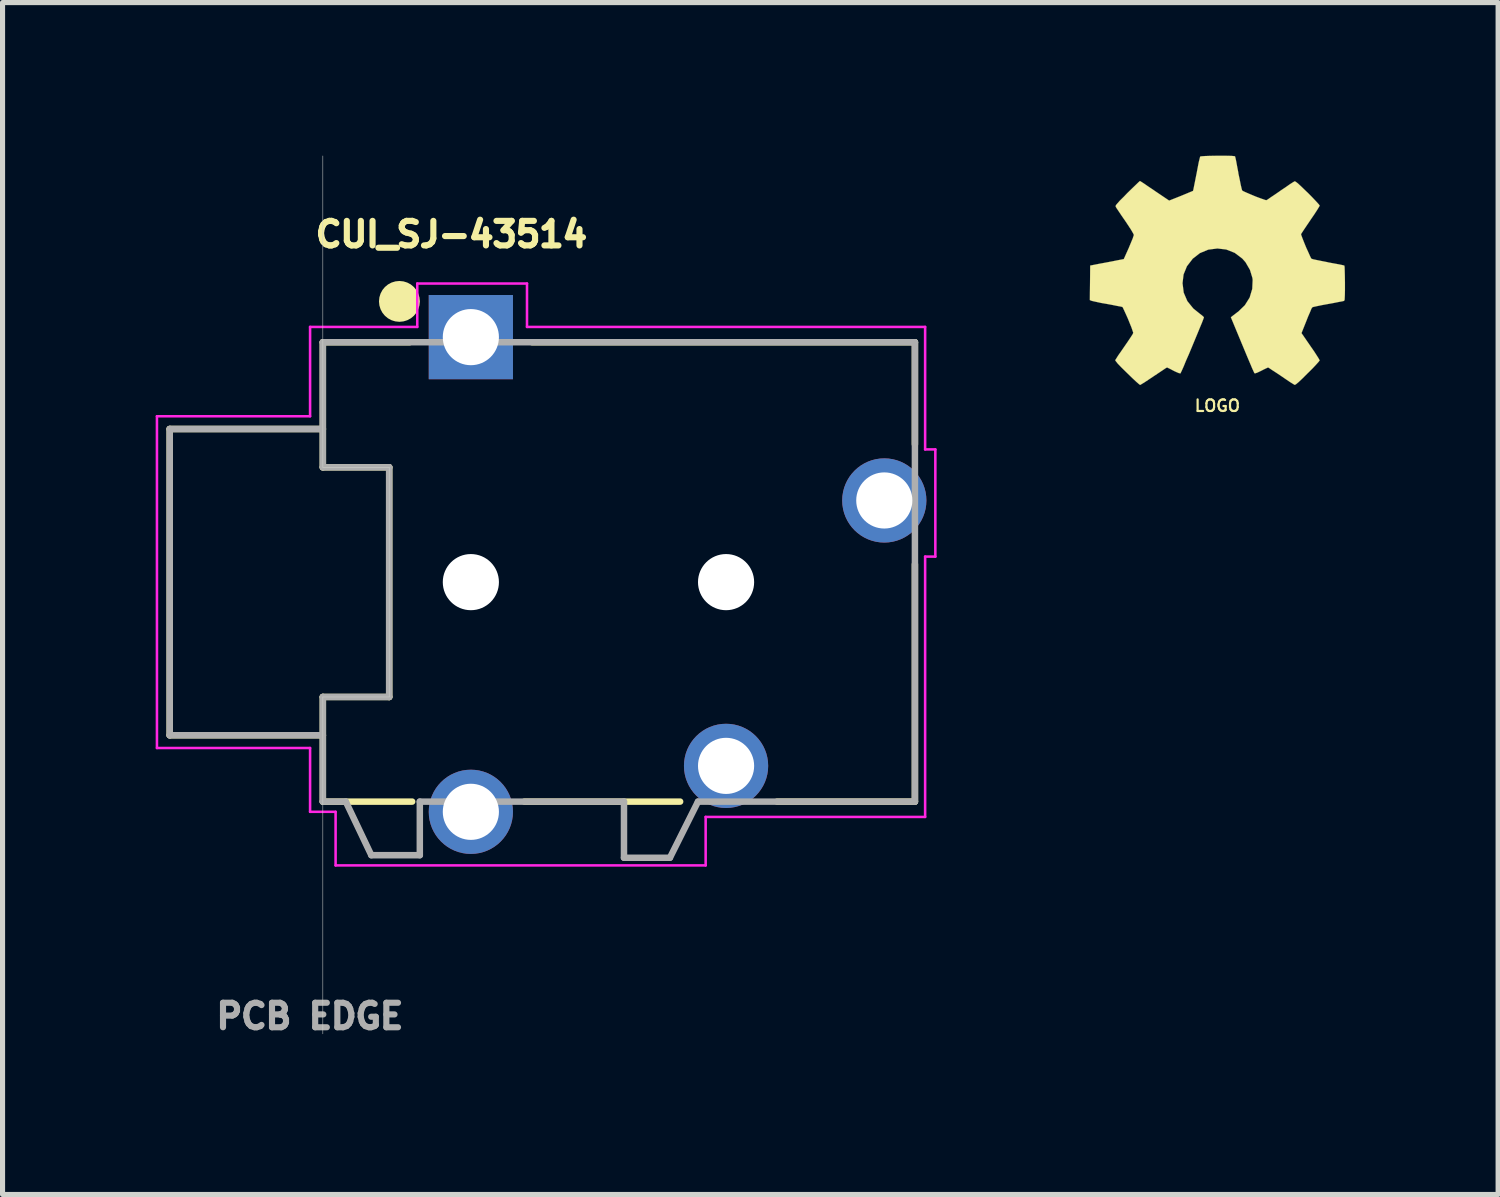
<source format=kicad_pcb>
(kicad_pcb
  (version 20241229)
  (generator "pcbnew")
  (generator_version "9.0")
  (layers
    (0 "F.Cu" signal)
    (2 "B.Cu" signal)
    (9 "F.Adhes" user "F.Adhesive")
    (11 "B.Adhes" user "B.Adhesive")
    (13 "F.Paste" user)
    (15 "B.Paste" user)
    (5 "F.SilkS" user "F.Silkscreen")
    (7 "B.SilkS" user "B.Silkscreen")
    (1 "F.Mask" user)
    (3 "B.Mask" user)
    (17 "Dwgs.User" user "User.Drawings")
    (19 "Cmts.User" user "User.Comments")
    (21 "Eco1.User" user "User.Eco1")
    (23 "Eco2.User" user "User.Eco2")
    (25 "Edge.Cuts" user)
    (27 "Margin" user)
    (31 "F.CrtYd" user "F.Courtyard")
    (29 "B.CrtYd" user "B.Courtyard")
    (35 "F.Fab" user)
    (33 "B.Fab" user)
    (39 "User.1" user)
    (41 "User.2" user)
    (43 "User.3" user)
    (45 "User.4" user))
  (footprint "LOGO"
    (layer "F.Cu")
    (at 20.801 2.247)
    (property "Reference" "LOGO" (at 0 2.652 0) (layer "F.SilkS") (effects (font (size 0.226 0.226) (thickness 0.043))))
    (fp_poly (pts (xy -1.514 2.245) (xy -1.488 2.23) (xy -1.43 2.195) (xy -1.346 2.139) (xy -1.247 2.073) (xy -1.148 2.007) (xy -1.067 1.953) (xy -1.011 1.915) (xy -0.986 1.902) (xy -0.973 1.908) (xy -0.927 1.93) (xy -0.859 1.966) (xy -0.818 1.986) (xy -0.757 2.012) (xy -0.724 2.019) (xy -0.719 2.009) (xy -0.696 1.961) (xy -0.66 1.88) (xy -0.615 1.77) (xy -0.559 1.643) (xy -0.503 1.509) (xy -0.445 1.369) (xy -0.389 1.234) (xy -0.34 1.115) (xy -0.3 1.019) (xy -0.274 0.95) (xy -0.264 0.922) (xy -0.267 0.914) (xy -0.3 0.884) (xy -0.353 0.843) (xy -0.472 0.747) (xy -0.589 0.602) (xy -0.66 0.437) (xy -0.683 0.251) (xy -0.663 0.081) (xy -0.597 -0.081) (xy -0.483 -0.229) (xy -0.343 -0.338) (xy -0.18 -0.406) (xy 0 -0.429) (xy 0.173 -0.409) (xy 0.34 -0.343) (xy 0.488 -0.231) (xy 0.551 -0.16) (xy 0.638 -0.01) (xy 0.686 0.147) (xy 0.691 0.188) (xy 0.683 0.363) (xy 0.632 0.533) (xy 0.538 0.683) (xy 0.409 0.808) (xy 0.394 0.818) (xy 0.335 0.864) (xy 0.295 0.894) (xy 0.264 0.919) (xy 0.488 1.458) (xy 0.523 1.542) (xy 0.584 1.689) (xy 0.638 1.816) (xy 0.681 1.918) (xy 0.711 1.984) (xy 0.724 2.012) (xy 0.724 2.014) (xy 0.744 2.017) (xy 0.785 2.002) (xy 0.861 1.966) (xy 0.909 1.941) (xy 0.968 1.913) (xy 0.993 1.902) (xy 1.016 1.915) (xy 1.069 1.951) (xy 1.151 2.004) (xy 1.247 2.068) (xy 1.339 2.131) (xy 1.422 2.187) (xy 1.483 2.225) (xy 1.514 2.243) (xy 1.519 2.243) (xy 1.544 2.228) (xy 1.593 2.187) (xy 1.666 2.118) (xy 1.77 2.014) (xy 1.786 1.999) (xy 1.872 1.913) (xy 1.941 1.839) (xy 1.986 1.788) (xy 2.004 1.765) (xy 1.989 1.735) (xy 1.951 1.674) (xy 1.895 1.587) (xy 1.826 1.488) (xy 1.648 1.229) (xy 1.745 0.986) (xy 1.775 0.909) (xy 1.814 0.82) (xy 1.841 0.754) (xy 1.857 0.726) (xy 1.882 0.716) (xy 1.951 0.701) (xy 2.047 0.681) (xy 2.162 0.66) (xy 2.273 0.64) (xy 2.372 0.62) (xy 2.443 0.607) (xy 2.477 0.599) (xy 2.484 0.594) (xy 2.492 0.579) (xy 2.494 0.546) (xy 2.497 0.485) (xy 2.499 0.391) (xy 2.499 0.251) (xy 2.499 0.236) (xy 2.497 0.107) (xy 2.494 0) (xy 2.492 -0.066) (xy 2.487 -0.094) (xy 2.456 -0.102) (xy 2.385 -0.117) (xy 2.286 -0.135) (xy 2.167 -0.157) (xy 2.159 -0.16) (xy 2.042 -0.183) (xy 1.943 -0.203) (xy 1.872 -0.218) (xy 1.844 -0.229) (xy 1.836 -0.236) (xy 1.814 -0.282) (xy 1.781 -0.356) (xy 1.74 -0.445) (xy 1.702 -0.538) (xy 1.669 -0.622) (xy 1.646 -0.683) (xy 1.638 -0.711) (xy 1.641 -0.714) (xy 1.659 -0.742) (xy 1.699 -0.803) (xy 1.755 -0.886) (xy 1.824 -0.988) (xy 1.829 -0.996) (xy 1.897 -1.095) (xy 1.953 -1.181) (xy 1.989 -1.24) (xy 2.004 -1.267) (xy 2.004 -1.27) (xy 1.981 -1.3) (xy 1.93 -1.356) (xy 1.857 -1.433) (xy 1.77 -1.521) (xy 1.742 -1.547) (xy 1.643 -1.643) (xy 1.577 -1.704) (xy 1.534 -1.737) (xy 1.514 -1.745) (xy 1.483 -1.727) (xy 1.42 -1.687) (xy 1.336 -1.628) (xy 1.234 -1.56) (xy 1.227 -1.554) (xy 1.128 -1.486) (xy 1.044 -1.43) (xy 0.986 -1.389) (xy 0.958 -1.374) (xy 0.955 -1.374) (xy 0.914 -1.387) (xy 0.843 -1.412) (xy 0.754 -1.445) (xy 0.663 -1.483) (xy 0.579 -1.519) (xy 0.516 -1.547) (xy 0.485 -1.565) (xy 0.475 -1.6) (xy 0.457 -1.676) (xy 0.437 -1.778) (xy 0.411 -1.9) (xy 0.409 -1.92) (xy 0.386 -2.04) (xy 0.368 -2.139) (xy 0.353 -2.207) (xy 0.345 -2.235) (xy 0.33 -2.238) (xy 0.272 -2.243) (xy 0.183 -2.245) (xy 0.074 -2.245) (xy -0.038 -2.245) (xy -0.147 -2.243) (xy -0.241 -2.24) (xy -0.31 -2.235) (xy -0.338 -2.23) (xy -0.338 -2.228) (xy -0.348 -2.189) (xy -0.366 -2.116) (xy -0.386 -2.012) (xy -0.409 -1.89) (xy -0.414 -1.867) (xy -0.437 -1.75) (xy -0.457 -1.651) (xy -0.47 -1.585) (xy -0.478 -1.557) (xy -0.49 -1.552) (xy -0.538 -1.532) (xy -0.617 -1.499) (xy -0.716 -1.458) (xy -0.945 -1.367) (xy -1.227 -1.557) (xy -1.252 -1.575) (xy -1.354 -1.643) (xy -1.435 -1.699) (xy -1.494 -1.737) (xy -1.516 -1.75) (xy -1.519 -1.75) (xy -1.547 -1.725) (xy -1.603 -1.671) (xy -1.679 -1.598) (xy -1.768 -1.511) (xy -1.831 -1.445) (xy -1.91 -1.367) (xy -1.958 -1.313) (xy -1.986 -1.28) (xy -1.994 -1.26) (xy -1.991 -1.245) (xy -1.974 -1.217) (xy -1.933 -1.156) (xy -1.875 -1.069) (xy -1.806 -0.97) (xy -1.75 -0.886) (xy -1.689 -0.792) (xy -1.651 -0.726) (xy -1.636 -0.693) (xy -1.641 -0.681) (xy -1.659 -0.625) (xy -1.694 -0.541) (xy -1.735 -0.442) (xy -1.834 -0.221) (xy -1.979 -0.193) (xy -2.068 -0.175) (xy -2.189 -0.152) (xy -2.309 -0.13) (xy -2.492 -0.094) (xy -2.499 0.582) (xy -2.471 0.594) (xy -2.443 0.602) (xy -2.375 0.617) (xy -2.278 0.638) (xy -2.162 0.658) (xy -2.065 0.676) (xy -1.966 0.696) (xy -1.895 0.709) (xy -1.864 0.716) (xy -1.854 0.726) (xy -1.831 0.775) (xy -1.796 0.851) (xy -1.755 0.942) (xy -1.717 1.036) (xy -1.681 1.125) (xy -1.659 1.191) (xy -1.648 1.224) (xy -1.661 1.252) (xy -1.699 1.311) (xy -1.753 1.392) (xy -1.821 1.491) (xy -1.887 1.587) (xy -1.946 1.671) (xy -1.984 1.732) (xy -2.002 1.76) (xy -1.991 1.778) (xy -1.953 1.826) (xy -1.88 1.902) (xy -1.768 2.012) (xy -1.75 2.029) (xy -1.664 2.113) (xy -1.59 2.182) (xy -1.537 2.228) (xy -1.514 2.245)) (stroke (width 0.003) (type solid)) (fill yes) (layer "F.SilkS")))
  (footprint "CUI_SJ-43514"
    (layer "F.Cu")
    (at 8.775 8.355)
    (property "Reference" "CUI_SJ-43514" (at -2.98 -6.813 0) (layer "F.SilkS") (effects (font (size 0.481 0.481) (thickness 0.15))))
    (attr through_hole)
    (fp_line (start -8.5 -3) (end -5.5 -3) (stroke (width 0.127) (type solid)) (layer "F.SilkS"))
    (fp_line (start -8.5 3) (end -8.5 -3) (stroke (width 0.127) (type solid)) (layer "F.SilkS"))
    (fp_line (start -5.5 -4.7) (end -5.5 -3) (stroke (width 0.127) (type solid)) (layer "F.SilkS"))
    (fp_line (start -5.5 -3) (end -5.5 -2.25) (stroke (width 0.127) (type solid)) (layer "F.SilkS"))
    (fp_line (start -5.5 -2.25) (end -4.2 -2.25) (stroke (width 0.127) (type solid)) (layer "F.SilkS"))
    (fp_line (start -5.5 2.25) (end -5.5 3) (stroke (width 0.127) (type solid)) (layer "F.SilkS"))
    (fp_line (start -5.5 3) (end -8.5 3) (stroke (width 0.127) (type solid)) (layer "F.SilkS"))
    (fp_line (start -5.5 3) (end -5.5 4.3) (stroke (width 0.127) (type solid)) (layer "F.SilkS"))
    (fp_line (start -5.5 4.3) (end -3.75 4.3) (stroke (width 0.127) (type solid)) (layer "F.SilkS"))
    (fp_line (start -5.05 4.3) (end -4.55 5.35) (stroke (width 0.1) (type default)) (layer "F.SilkS"))
    (fp_line (start -4.55 5.35) (end -3.6 5.35) (stroke (width 0.1) (type default)) (layer "F.SilkS"))
    (fp_line (start -4.2 -2.25) (end -4.2 2.25) (stroke (width 0.127) (type solid)) (layer "F.SilkS"))
    (fp_line (start -4.2 2.25) (end -5.5 2.25) (stroke (width 0.127) (type solid)) (layer "F.SilkS"))
    (fp_line (start -3.8 -4.7) (end -5.5 -4.7) (stroke (width 0.127) (type solid)) (layer "F.SilkS"))
    (fp_line (start -3.6 5.35) (end -3.6 5) (stroke (width 0.1) (type default)) (layer "F.SilkS"))
    (fp_line (start -1.4 -4.7) (end 6.1 -4.7) (stroke (width 0.127) (type solid)) (layer "F.SilkS"))
    (fp_line (start 0.4 4.3) (end 0.4 5.4) (stroke (width 0.1) (type default)) (layer "F.SilkS"))
    (fp_line (start 0.4 5.4) (end 1.3 5.4) (stroke (width 0.1) (type default)) (layer "F.SilkS"))
    (fp_line (start 1.3 5.4) (end 1.7 4.6) (stroke (width 0.1) (type default)) (layer "F.SilkS"))
    (fp_line (start 1.5 4.3) (end -1.55 4.3) (stroke (width 0.127) (type solid)) (layer "F.SilkS"))
    (fp_line (start 6.1 -4.7) (end 6.1 -2.7) (stroke (width 0.127) (type solid)) (layer "F.SilkS"))
    (fp_line (start 6.1 -0.35) (end 6.1 4.3) (stroke (width 0.127) (type solid)) (layer "F.SilkS"))
    (fp_line (start 6.1 4.3) (end 3.4 4.3) (stroke (width 0.127) (type solid)) (layer "F.SilkS"))
    (fp_circle (center -4 -5.5) (end -3.8 -5.5) (stroke (width 0.4) (type solid)) (fill no) (layer "F.SilkS"))
    (fp_line (start -5.5 -8.35) (end -5.5 -2.25) (stroke (width 0.01) (type solid)) (layer "Edge.Cuts"))
    (fp_line (start -5.5 -2.25) (end -4.2 -2.25) (stroke (width 0.01) (type solid)) (layer "Edge.Cuts"))
    (fp_line (start -5.5 2.25) (end -5.5 8.85) (stroke (width 0.01) (type solid)) (layer "Edge.Cuts"))
    (fp_line (start -4.2 -2.25) (end -4.2 2.25) (stroke (width 0.01) (type solid)) (layer "Edge.Cuts"))
    (fp_line (start -4.2 2.25) (end -5.5 2.25) (stroke (width 0.01) (type solid)) (layer "Edge.Cuts"))
    (fp_line (start -8.75 -3.25) (end -5.75 -3.25) (stroke (width 0.05) (type solid)) (layer "F.CrtYd"))
    (fp_line (start -8.75 3.25) (end -8.75 -3.25) (stroke (width 0.05) (type solid)) (layer "F.CrtYd"))
    (fp_line (start -5.75 -5) (end -3.65 -5) (stroke (width 0.05) (type solid)) (layer "F.CrtYd"))
    (fp_line (start -5.75 -3.25) (end -5.75 -5) (stroke (width 0.05) (type solid)) (layer "F.CrtYd"))
    (fp_line (start -5.75 3.25) (end -8.75 3.25) (stroke (width 0.05) (type solid)) (layer "F.CrtYd"))
    (fp_line (start -5.75 4.5) (end -5.75 3.25) (stroke (width 0.05) (type solid)) (layer "F.CrtYd"))
    (fp_line (start -5.25 4.5) (end -5.75 4.5) (stroke (width 0.05) (type solid)) (layer "F.CrtYd"))
    (fp_line (start -5.25 5.55) (end -5.25 4.5) (stroke (width 0.05) (type solid)) (layer "F.CrtYd"))
    (fp_line (start -3.65 -5.85) (end -1.5 -5.85) (stroke (width 0.05) (type solid)) (layer "F.CrtYd"))
    (fp_line (start -3.65 -5) (end -3.65 -5.85) (stroke (width 0.05) (type solid)) (layer "F.CrtYd"))
    (fp_line (start -1.5 -5.85) (end -1.5 -5) (stroke (width 0.05) (type solid)) (layer "F.CrtYd"))
    (fp_line (start -1.5 -5) (end 6.3 -5) (stroke (width 0.05) (type solid)) (layer "F.CrtYd"))
    (fp_line (start 2 5.55) (end -5.25 5.55) (stroke (width 0.05) (type solid)) (layer "F.CrtYd"))
    (fp_line (start 2 5.55) (end 2 4.6) (stroke (width 0.05) (type default)) (layer "F.CrtYd"))
    (fp_line (start 6.3 -5) (end 6.3 -2.6) (stroke (width 0.05) (type solid)) (layer "F.CrtYd"))
    (fp_line (start 6.3 -2.6) (end 6.5 -2.6) (stroke (width 0.05) (type solid)) (layer "F.CrtYd"))
    (fp_line (start 6.3 -0.5) (end 6.3 4.6) (stroke (width 0.05) (type solid)) (layer "F.CrtYd"))
    (fp_line (start 6.3 4.6) (end 2 4.6) (stroke (width 0.05) (type solid)) (layer "F.CrtYd"))
    (fp_line (start 6.5 -2.6) (end 6.5 -0.5) (stroke (width 0.05) (type solid)) (layer "F.CrtYd"))
    (fp_line (start 6.5 -0.5) (end 6.3 -0.5) (stroke (width 0.05) (type solid)) (layer "F.CrtYd"))
    (fp_line (start -8.5 -3) (end -8.5 3) (stroke (width 0.127) (type solid)) (layer "F.Fab"))
    (fp_line (start -8.5 3) (end -5.5 3) (stroke (width 0.127) (type solid)) (layer "F.Fab"))
    (fp_line (start -5.5 -4.7) (end -5.5 -3) (stroke (width 0.127) (type solid)) (layer "F.Fab"))
    (fp_line (start -5.5 -4.7) (end 6.1 -4.7) (stroke (width 0.127) (type solid)) (layer "F.Fab"))
    (fp_line (start -5.5 -3) (end -8.5 -3) (stroke (width 0.127) (type solid)) (layer "F.Fab"))
    (fp_line (start -5.5 -3) (end -5.5 -2.25) (stroke (width 0.127) (type solid)) (layer "F.Fab"))
    (fp_line (start -5.5 -2.25) (end -4.2 -2.25) (stroke (width 0.127) (type solid)) (layer "F.Fab"))
    (fp_line (start -5.5 2.25) (end -5.5 3) (stroke (width 0.127) (type solid)) (layer "F.Fab"))
    (fp_line (start -5.5 3) (end -5.5 4.3) (stroke (width 0.127) (type solid)) (layer "F.Fab"))
    (fp_line (start -5.5 4.3) (end -5.05 4.3) (stroke (width 0.127) (type default)) (layer "F.Fab"))
    (fp_line (start -5.05 4.3) (end -4.55 5.35) (stroke (width 0.127) (type default)) (layer "F.Fab"))
    (fp_line (start -4.55 5.35) (end -3.6 5.35) (stroke (width 0.127) (type default)) (layer "F.Fab"))
    (fp_line (start -4.2 -2.25) (end -4.2 2.25) (stroke (width 0.127) (type solid)) (layer "F.Fab"))
    (fp_line (start -4.2 2.25) (end -5.5 2.25) (stroke (width 0.127) (type solid)) (layer "F.Fab"))
    (fp_line (start -3.6 4.3) (end 0.4 4.3) (stroke (width 0.127) (type default)) (layer "F.Fab"))
    (fp_line (start -3.6 5.35) (end -3.6 4.3) (stroke (width 0.127) (type default)) (layer "F.Fab"))
    (fp_line (start 0.4 4.3) (end 0.4 5.4) (stroke (width 0.127) (type default)) (layer "F.Fab"))
    (fp_line (start 0.4 5.4) (end 1.3 5.4) (stroke (width 0.127) (type default)) (layer "F.Fab"))
    (fp_line (start 1.3 5.4) (end 1.85 4.3) (stroke (width 0.127) (type default)) (layer "F.Fab"))
    (fp_line (start 1.85 4.3) (end 6.1 4.3) (stroke (width 0.127) (type default)) (layer "F.Fab"))
    (fp_line (start 6.1 -4.7) (end 6.1 4.3) (stroke (width 0.127) (type solid)) (layer "F.Fab"))
    (fp_text user "PCB EDGE" (at -5.753 8.505 0) (layer "F.Fab") (effects (font (size 0.48 0.48) (thickness 0.12))))
    (pad "" np_thru_hole circle (at -2.6 0) (size 1.1 1.1) (drill 1.1) (layers "*.Cu" "*.Mask"))
    (pad "" np_thru_hole circle (at 2.4 0) (size 1.1 1.1) (drill 1.1) (layers "*.Cu" "*.Mask"))
    (pad "1" thru_hole rect (at -2.6 -4.8) (size 1.65 1.65) (drill 1.1) (layers "*.Cu" "*.Mask"))
    (pad "2" thru_hole circle (at 2.4 3.6) (size 1.65 1.65) (drill 1.1) (layers "*.Cu" "*.Mask"))
    (pad "3" thru_hole circle (at 5.5 -1.6) (size 1.65 1.65) (drill 1.1) (layers "*.Cu" "*.Mask"))
    (pad "4" thru_hole circle (at -2.6 4.5) (size 1.65 1.65) (drill 1.1) (layers "*.Cu" "*.Mask")))
  (gr_rect
    (start -3 -3)
    (end 26.301 20.352)
    (stroke (width 0.1) (type default))
    (fill no)
    (layer "Edge.Cuts")))
</source>
